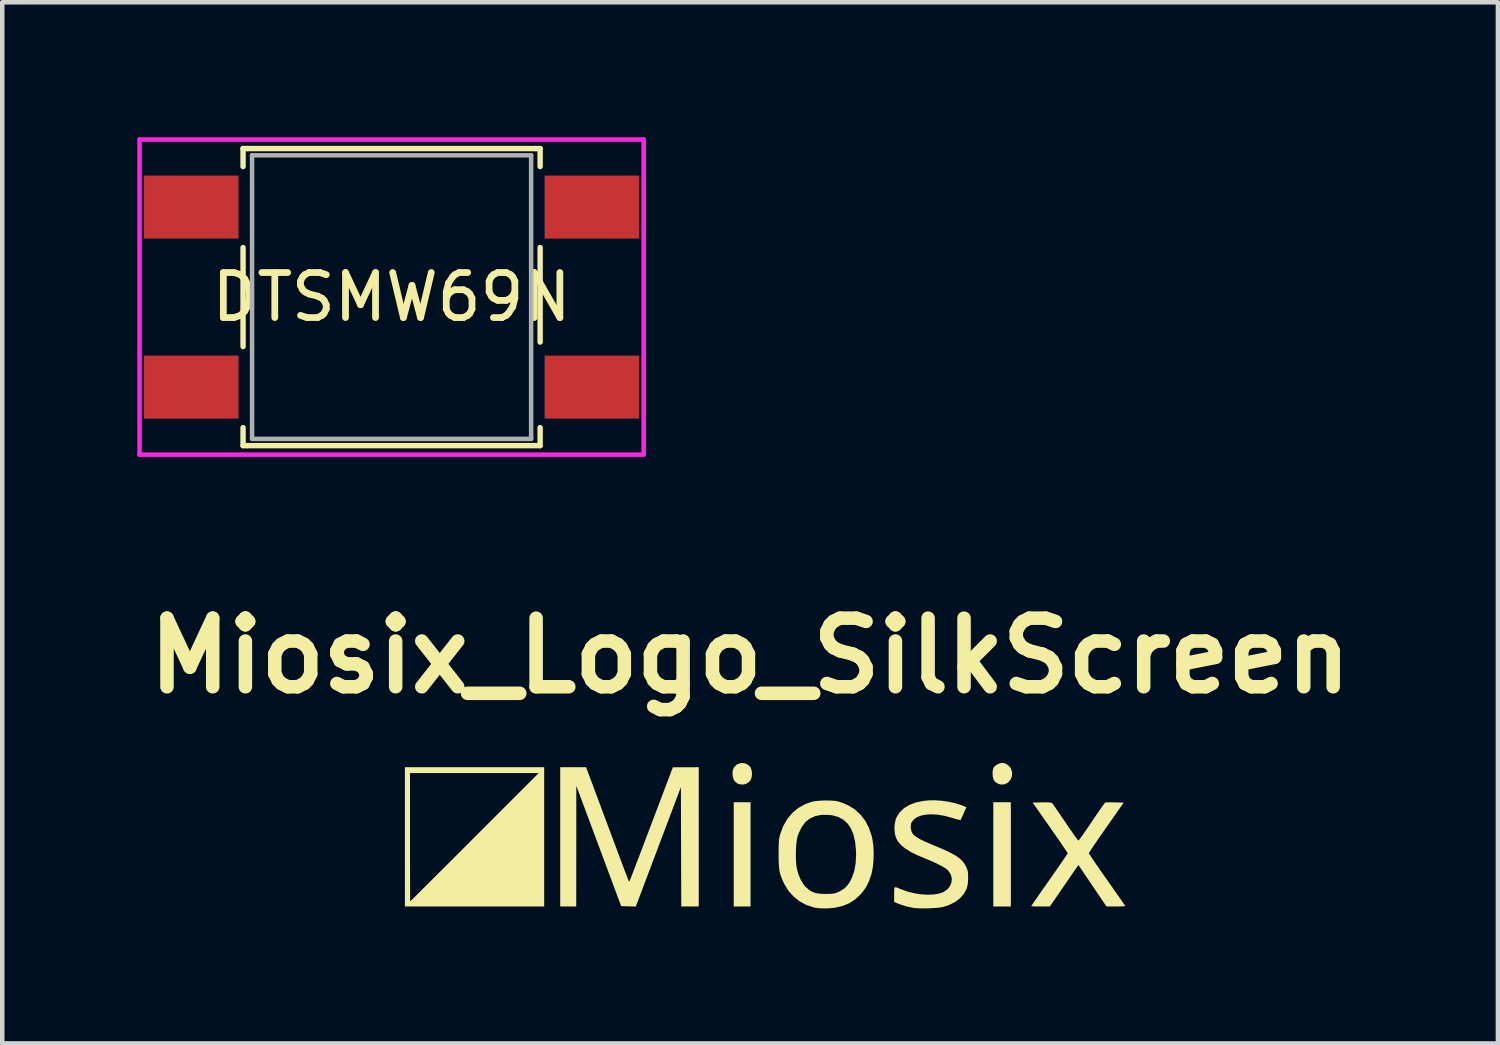
<source format=kicad_pcb>
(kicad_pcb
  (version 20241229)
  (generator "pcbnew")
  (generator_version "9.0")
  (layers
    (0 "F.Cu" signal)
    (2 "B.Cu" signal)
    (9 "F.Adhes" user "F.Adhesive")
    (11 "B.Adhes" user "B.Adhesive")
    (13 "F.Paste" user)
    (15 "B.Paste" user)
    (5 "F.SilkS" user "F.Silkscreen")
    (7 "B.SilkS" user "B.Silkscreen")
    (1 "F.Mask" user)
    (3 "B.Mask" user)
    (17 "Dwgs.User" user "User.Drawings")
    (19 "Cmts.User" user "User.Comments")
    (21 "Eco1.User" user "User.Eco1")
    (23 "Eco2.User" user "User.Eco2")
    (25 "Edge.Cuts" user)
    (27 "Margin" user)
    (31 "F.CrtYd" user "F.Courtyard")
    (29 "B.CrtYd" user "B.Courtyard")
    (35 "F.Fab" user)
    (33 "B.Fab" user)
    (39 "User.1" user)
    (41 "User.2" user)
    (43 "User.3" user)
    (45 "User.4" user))
  (footprint "Miosix_Logo_SilkScreen"
    (layer "F.Cu")
    (at 13.948 15.518)
    (property "Reference" "Miosix_Logo_SilkScreen" (at -0.334 -4 0) (layer "F.SilkS") (effects (font (size 1.524 1.524) (thickness 0.3))))
    (attr board_only exclude_from_pos_files exclude_from_bom)
    (fp_poly (pts (xy -0.324 1.571) (xy -0.697 1.571) (xy -0.697 -0.745) (xy -0.324 -0.745)) (stroke (width 0) (type solid)) (fill yes) (layer "F.SilkS"))
    (fp_poly (pts (xy 5.459 1.571) (xy 5.07 1.571) (xy 5.07 -0.745) (xy 5.459 -0.745)) (stroke (width 0) (type solid)) (fill yes) (layer "F.SilkS"))
    (fp_poly (pts (xy -0.46 -1.613) (xy -0.39 -1.585) (xy -0.334 -1.533) (xy -0.324 -1.52) (xy -0.299 -1.452) (xy -0.291 -1.371) (xy -0.301 -1.291) (xy -0.324 -1.234) (xy -0.376 -1.178) (xy -0.445 -1.145) (xy -0.522 -1.137) (xy -0.6 -1.155) (xy -0.611 -1.16) (xy -0.667 -1.201) (xy -0.703 -1.259) (xy -0.722 -1.34) (xy -0.724 -1.359) (xy -0.719 -1.452) (xy -0.689 -1.525) (xy -0.632 -1.58) (xy -0.615 -1.59) (xy -0.538 -1.615)) (stroke (width 0) (type solid)) (fill yes) (layer "F.SilkS"))
    (fp_poly (pts (xy 5.336 -1.606) (xy 5.396 -1.57) (xy 5.446 -1.518) (xy 5.463 -1.49) (xy 5.488 -1.407) (xy 5.484 -1.323) (xy 5.452 -1.246) (xy 5.395 -1.182) (xy 5.38 -1.171) (xy 5.306 -1.14) (xy 5.227 -1.14) (xy 5.174 -1.157) (xy 5.114 -1.194) (xy 5.076 -1.245) (xy 5.057 -1.316) (xy 5.054 -1.377) (xy 5.056 -1.443) (xy 5.065 -1.488) (xy 5.083 -1.522) (xy 5.089 -1.531) (xy 5.145 -1.579) (xy 5.218 -1.611) (xy 5.278 -1.62)) (stroke (width 0) (type solid)) (fill yes) (layer "F.SilkS"))
    (fp_poly (pts (xy -4.908 1.571) (xy -8.002 1.571) (xy -8.002 0.032) (xy -7.889 0.032) (xy -7.889 0.244) (xy -7.889 0.447) (xy -7.889 0.637) (xy -7.888 0.813) (xy -7.888 0.973) (xy -7.887 1.114) (xy -7.887 1.234) (xy -7.886 1.331) (xy -7.886 1.402) (xy -7.885 1.445) (xy -7.885 1.458) (xy -7.873 1.447) (xy -7.84 1.414) (xy -7.786 1.361) (xy -7.714 1.289) (xy -7.625 1.2) (xy -7.519 1.095) (xy -7.399 0.975) (xy -7.266 0.842) (xy -7.12 0.697) (xy -6.964 0.541) (xy -6.8 0.377) (xy -6.627 0.204) (xy -6.455 0.032) (xy -5.03 -1.393) (xy -7.889 -1.393) (xy -7.889 0.032) (xy -8.002 0.032) (xy -8.002 -1.523) (xy -4.908 -1.523)) (stroke (width 0) (type solid)) (fill yes) (layer "F.SilkS"))
    (fp_poly (pts (xy -3.54 -0.352) (xy -3.452 -0.116) (xy -3.375 0.091) (xy -3.308 0.271) (xy -3.25 0.427) (xy -3.2 0.56) (xy -3.158 0.671) (xy -3.124 0.763) (xy -3.095 0.837) (xy -3.073 0.895) (xy -3.055 0.94) (xy -3.042 0.972) (xy -3.033 0.994) (xy -3.026 1.007) (xy -3.021 1.013) (xy -3.018 1.015) (xy -3.016 1.013) (xy -3.014 1.01) (xy -3.014 1.01) (xy -3.006 0.993) (xy -2.988 0.948) (xy -2.961 0.877) (xy -2.924 0.783) (xy -2.88 0.667) (xy -2.828 0.533) (xy -2.77 0.381) (xy -2.707 0.216) (xy -2.64 0.037) (xy -2.568 -0.151) (xy -2.526 -0.263) (xy -2.049 -1.522) (xy -1.762 -1.522) (xy -1.474 -1.523) (xy -1.474 1.571) (xy -1.863 1.571) (xy -1.871 -1.081) (xy -2.372 0.246) (xy -2.872 1.572) (xy -3.035 1.568) (xy -3.198 1.563) (xy -4.194 -1.11) (xy -4.195 0.231) (xy -4.196 1.571) (xy -4.552 1.571) (xy -4.552 -1.523) (xy -3.977 -1.523)) (stroke (width 0) (type solid)) (fill yes) (layer "F.SilkS"))
    (fp_poly (pts (xy 1.436 -0.783) (xy 1.536 -0.777) (xy 1.615 -0.765) (xy 1.62 -0.764) (xy 1.676 -0.746) (xy 1.749 -0.719) (xy 1.823 -0.686) (xy 1.845 -0.676) (xy 1.99 -0.588) (xy 2.116 -0.474) (xy 2.222 -0.337) (xy 2.306 -0.178) (xy 2.367 0.002) (xy 2.383 0.073) (xy 2.404 0.216) (xy 2.413 0.373) (xy 2.409 0.535) (xy 2.394 0.691) (xy 2.368 0.83) (xy 2.358 0.866) (xy 2.307 1.011) (xy 2.247 1.134) (xy 2.172 1.242) (xy 2.128 1.294) (xy 2.005 1.41) (xy 1.869 1.499) (xy 1.718 1.561) (xy 1.549 1.599) (xy 1.393 1.613) (xy 1.267 1.614) (xy 1.164 1.606) (xy 1.093 1.594) (xy 0.925 1.541) (xy 0.771 1.459) (xy 0.635 1.353) (xy 0.519 1.223) (xy 0.427 1.072) (xy 0.426 1.069) (xy 0.385 0.983) (xy 0.354 0.907) (xy 0.332 0.835) (xy 0.316 0.76) (xy 0.307 0.675) (xy 0.302 0.573) (xy 0.3 0.447) (xy 0.3 0.415) (xy 0.683 0.415) (xy 0.685 0.531) (xy 0.692 0.636) (xy 0.702 0.711) (xy 0.738 0.849) (xy 0.79 0.975) (xy 0.854 1.081) (xy 0.896 1.131) (xy 0.968 1.196) (xy 1.041 1.243) (xy 1.124 1.273) (xy 1.222 1.288) (xy 1.344 1.292) (xy 1.369 1.292) (xy 1.451 1.289) (xy 1.509 1.285) (xy 1.555 1.276) (xy 1.598 1.261) (xy 1.647 1.239) (xy 1.655 1.235) (xy 1.743 1.184) (xy 1.812 1.122) (xy 1.871 1.043) (xy 1.921 0.948) (xy 1.978 0.793) (xy 2.011 0.616) (xy 2.022 0.417) (xy 2.019 0.332) (xy 2.001 0.142) (xy 1.964 -0.021) (xy 1.908 -0.159) (xy 1.833 -0.27) (xy 1.739 -0.357) (xy 1.625 -0.418) (xy 1.492 -0.455) (xy 1.401 -0.465) (xy 1.246 -0.464) (xy 1.111 -0.436) (xy 0.994 -0.383) (xy 0.895 -0.303) (xy 0.813 -0.195) (xy 0.748 -0.06) (xy 0.721 0.016) (xy 0.705 0.089) (xy 0.693 0.186) (xy 0.686 0.297) (xy 0.683 0.415) (xy 0.3 0.415) (xy 0.3 0.405) (xy 0.3 0.292) (xy 0.302 0.204) (xy 0.305 0.137) (xy 0.31 0.083) (xy 0.318 0.036) (xy 0.329 -0.011) (xy 0.337 -0.04) (xy 0.403 -0.217) (xy 0.493 -0.373) (xy 0.604 -0.507) (xy 0.736 -0.617) (xy 0.887 -0.701) (xy 1.037 -0.755) (xy 1.116 -0.77) (xy 1.215 -0.779) (xy 1.326 -0.784)) (stroke (width 0) (type solid)) (fill yes) (layer "F.SilkS"))
    (fp_poly (pts (xy 3.927 -0.778) (xy 4.082 -0.755) (xy 4.23 -0.722) (xy 4.36 -0.681) (xy 4.401 -0.664) (xy 4.47 -0.634) (xy 4.412 -0.499) (xy 4.385 -0.438) (xy 4.362 -0.388) (xy 4.346 -0.358) (xy 4.342 -0.352) (xy 4.323 -0.352) (xy 4.28 -0.361) (xy 4.22 -0.377) (xy 4.157 -0.397) (xy 4 -0.44) (xy 3.849 -0.467) (xy 3.708 -0.477) (xy 3.579 -0.471) (xy 3.466 -0.449) (xy 3.372 -0.412) (xy 3.3 -0.36) (xy 3.252 -0.294) (xy 3.24 -0.26) (xy 3.234 -0.183) (xy 3.25 -0.102) (xy 3.274 -0.052) (xy 3.308 -0.012) (xy 3.366 0.031) (xy 3.448 0.079) (xy 3.557 0.132) (xy 3.695 0.192) (xy 3.742 0.211) (xy 3.906 0.279) (xy 4.042 0.34) (xy 4.153 0.396) (xy 4.243 0.447) (xy 4.315 0.498) (xy 4.372 0.55) (xy 4.417 0.604) (xy 4.454 0.664) (xy 4.468 0.693) (xy 4.489 0.742) (xy 4.502 0.787) (xy 4.508 0.838) (xy 4.51 0.906) (xy 4.51 0.94) (xy 4.507 1.029) (xy 4.498 1.099) (xy 4.482 1.161) (xy 4.471 1.19) (xy 4.413 1.295) (xy 4.328 1.39) (xy 4.218 1.472) (xy 4.087 1.538) (xy 3.961 1.58) (xy 3.897 1.592) (xy 3.81 1.601) (xy 3.708 1.608) (xy 3.598 1.613) (xy 3.491 1.614) (xy 3.394 1.611) (xy 3.315 1.605) (xy 3.308 1.604) (xy 3.148 1.572) (xy 2.992 1.522) (xy 2.944 1.503) (xy 2.867 1.47) (xy 2.867 1.3) (xy 2.867 1.221) (xy 2.869 1.171) (xy 2.88 1.146) (xy 2.904 1.143) (xy 2.946 1.157) (xy 3.013 1.185) (xy 3.025 1.19) (xy 3.168 1.241) (xy 3.317 1.278) (xy 3.468 1.301) (xy 3.615 1.31) (xy 3.751 1.304) (xy 3.871 1.283) (xy 3.967 1.248) (xy 4.05 1.19) (xy 4.108 1.117) (xy 4.141 1.035) (xy 4.147 0.949) (xy 4.127 0.865) (xy 4.078 0.786) (xy 4.036 0.744) (xy 3.976 0.703) (xy 3.889 0.655) (xy 3.78 0.601) (xy 3.651 0.544) (xy 3.548 0.502) (xy 3.373 0.428) (xy 3.229 0.356) (xy 3.113 0.283) (xy 3.023 0.21) (xy 2.956 0.133) (xy 2.915 0.061) (xy 2.885 -0.037) (xy 2.873 -0.15) (xy 2.88 -0.265) (xy 2.904 -0.371) (xy 2.918 -0.407) (xy 2.988 -0.518) (xy 3.083 -0.611) (xy 3.204 -0.685) (xy 3.35 -0.74) (xy 3.519 -0.775) (xy 3.636 -0.787) (xy 3.775 -0.789)) (stroke (width 0) (type solid)) (fill yes) (layer "F.SilkS"))
    (fp_poly (pts (xy 7.771 -0.742) (xy 7.771 -0.742) (xy 7.967 -0.737) (xy 7.581 -0.186) (xy 7.498 -0.068) (xy 7.421 0.043) (xy 7.352 0.144) (xy 7.293 0.23) (xy 7.246 0.301) (xy 7.213 0.352) (xy 7.195 0.38) (xy 7.193 0.386) (xy 7.202 0.403) (xy 7.228 0.444) (xy 7.269 0.505) (xy 7.322 0.585) (xy 7.387 0.68) (xy 7.462 0.787) (xy 7.543 0.903) (xy 7.597 0.98) (xy 7.682 1.101) (xy 7.761 1.213) (xy 7.832 1.315) (xy 7.894 1.402) (xy 7.943 1.474) (xy 7.978 1.526) (xy 7.999 1.556) (xy 8.002 1.562) (xy 7.987 1.566) (xy 7.946 1.568) (xy 7.884 1.57) (xy 7.808 1.571) (xy 7.793 1.571) (xy 7.584 1.571) (xy 7.272 1.11) (xy 6.961 0.649) (xy 6.902 0.734) (xy 6.877 0.769) (xy 6.837 0.828) (xy 6.785 0.903) (xy 6.724 0.993) (xy 6.656 1.091) (xy 6.586 1.194) (xy 6.585 1.195) (xy 6.327 1.571) (xy 6.12 1.571) (xy 6.042 1.571) (xy 5.978 1.569) (xy 5.933 1.566) (xy 5.913 1.563) (xy 5.913 1.563) (xy 5.922 1.548) (xy 5.947 1.51) (xy 5.988 1.45) (xy 6.042 1.373) (xy 6.107 1.279) (xy 6.18 1.174) (xy 6.262 1.058) (xy 6.318 0.978) (xy 6.403 0.857) (xy 6.482 0.744) (xy 6.553 0.641) (xy 6.614 0.553) (xy 6.663 0.48) (xy 6.699 0.427) (xy 6.719 0.396) (xy 6.723 0.388) (xy 6.714 0.373) (xy 6.688 0.333) (xy 6.647 0.273) (xy 6.594 0.195) (xy 6.53 0.101) (xy 6.456 -0.005) (xy 6.376 -0.12) (xy 6.333 -0.181) (xy 5.944 -0.737) (xy 6.15 -0.742) (xy 6.245 -0.743) (xy 6.311 -0.741) (xy 6.354 -0.735) (xy 6.375 -0.727) (xy 6.376 -0.725) (xy 6.39 -0.707) (xy 6.42 -0.666) (xy 6.463 -0.604) (xy 6.517 -0.526) (xy 6.579 -0.435) (xy 6.647 -0.335) (xy 6.67 -0.301) (xy 6.739 -0.199) (xy 6.803 -0.107) (xy 6.859 -0.027) (xy 6.904 0.037) (xy 6.938 0.083) (xy 6.956 0.105) (xy 6.959 0.108) (xy 6.971 0.096) (xy 6.999 0.06) (xy 7.04 0.004) (xy 7.092 -0.07) (xy 7.153 -0.158) (xy 7.221 -0.258) (xy 7.256 -0.31) (xy 7.326 -0.414) (xy 7.391 -0.51) (xy 7.449 -0.593) (xy 7.496 -0.66) (xy 7.532 -0.709) (xy 7.553 -0.735) (xy 7.557 -0.739) (xy 7.579 -0.742) (xy 7.627 -0.743) (xy 7.693 -0.743)) (stroke (width 0) (type solid)) (fill yes) (layer "F.SilkS")))
  (footprint "DTSMW69N"
    (layer "F.Cu")
    (at 5.65 3.55)
    (property "Reference" "DTSMW69N" (at 0 0 0) (unlocked yes) (layer "F.SilkS") (effects (font (size 1 1) (thickness 0.15))))
    (attr smd)
    (fp_line (start -3.3 -3.3) (end -3.3 -2.9) (stroke (width 0.12) (type solid)) (layer "F.SilkS"))
    (fp_line (start -3.3 1.1) (end -3.3 -1.1) (stroke (width 0.12) (type solid)) (layer "F.SilkS"))
    (fp_line (start -3.3 3.3) (end -3.3 2.9) (stroke (width 0.12) (type solid)) (layer "F.SilkS"))
    (fp_line (start -3.2 -3.3) (end -3.3 -3.3) (stroke (width 0.12) (type solid)) (layer "F.SilkS"))
    (fp_line (start -3.2 -3.3) (end 3.2 -3.3) (stroke (width 0.12) (type solid)) (layer "F.SilkS"))
    (fp_line (start -3.2 3.3) (end -3.3 3.3) (stroke (width 0.12) (type solid)) (layer "F.SilkS"))
    (fp_line (start -3.2 3.3) (end 3.3 3.3) (stroke (width 0.12) (type solid)) (layer "F.SilkS"))
    (fp_line (start 3.2 -3.3) (end 3.3 -3.3) (stroke (width 0.12) (type solid)) (layer "F.SilkS"))
    (fp_line (start 3.3 -3.3) (end 3.3 -2.9) (stroke (width 0.12) (type solid)) (layer "F.SilkS"))
    (fp_line (start 3.3 1) (end 3.3 -1.1) (stroke (width 0.12) (type solid)) (layer "F.SilkS"))
    (fp_line (start 3.3 3.3) (end 3.3 2.9) (stroke (width 0.12) (type solid)) (layer "F.SilkS"))
    (fp_line (start -5.6 -3.5) (end -5.6 3.5) (stroke (width 0.1) (type solid)) (layer "F.CrtYd"))
    (fp_line (start -5.6 -3.5) (end 5.6 -3.5) (stroke (width 0.1) (type solid)) (layer "F.CrtYd"))
    (fp_line (start 5.6 -3.5) (end 5.6 3.5) (stroke (width 0.1) (type solid)) (layer "F.CrtYd"))
    (fp_line (start 5.6 3.5) (end -5.6 3.5) (stroke (width 0.1) (type solid)) (layer "F.CrtYd"))
    (fp_line (start -3.1 -3.15) (end 3.1 -3.15) (stroke (width 0.1) (type solid)) (layer "F.Fab"))
    (fp_line (start -3.1 3.15) (end -3.1 -3.15) (stroke (width 0.1) (type solid)) (layer "F.Fab"))
    (fp_line (start 3.1 -3.15) (end 3.1 3.15) (stroke (width 0.1) (type solid)) (layer "F.Fab"))
    (fp_line (start 3.1 3.15) (end -3.1 3.15) (stroke (width 0.1) (type solid)) (layer "F.Fab"))
    (pad "1" smd rect (at -4.45 -2) (size 2.1 1.4) (layers "F.Cu" "F.Mask" "F.Paste"))
    (pad "1" smd rect (at 4.45 -2) (size 2.1 1.4) (layers "F.Cu" "F.Mask" "F.Paste"))
    (pad "2" smd rect (at -4.45 2) (size 2.1 1.4) (layers "F.Cu" "F.Mask" "F.Paste"))
    (pad "2" smd rect (at 4.45 2) (size 2.1 1.4) (layers "F.Cu" "F.Mask" "F.Paste")))
  (gr_rect
    (start -3 -3)
    (end 30.229 20.132)
    (stroke (width 0.1) (type default))
    (fill no)
    (layer "Edge.Cuts")))
</source>
